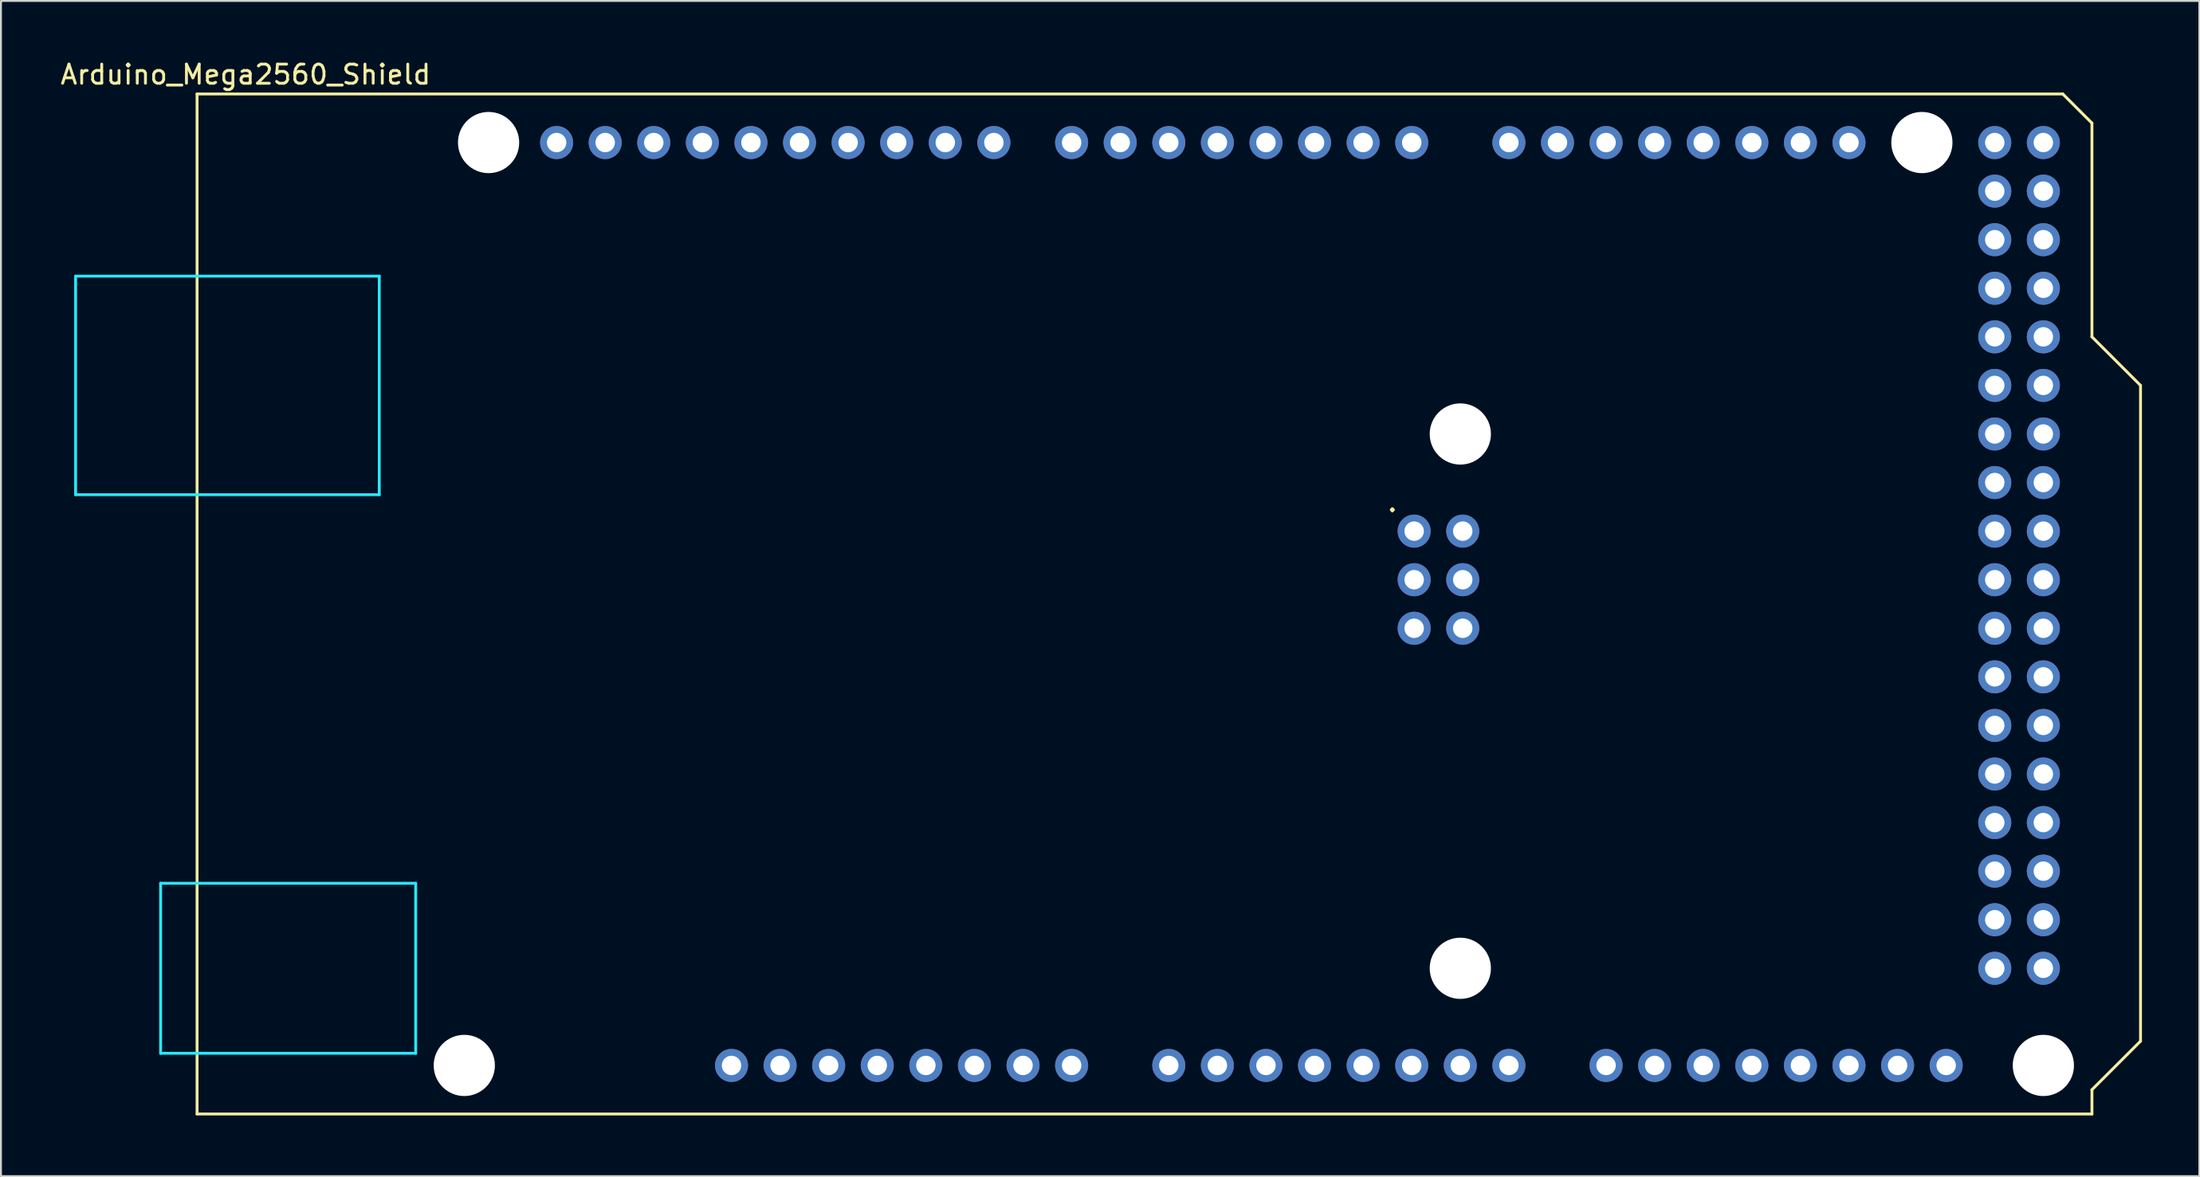
<source format=kicad_pcb>
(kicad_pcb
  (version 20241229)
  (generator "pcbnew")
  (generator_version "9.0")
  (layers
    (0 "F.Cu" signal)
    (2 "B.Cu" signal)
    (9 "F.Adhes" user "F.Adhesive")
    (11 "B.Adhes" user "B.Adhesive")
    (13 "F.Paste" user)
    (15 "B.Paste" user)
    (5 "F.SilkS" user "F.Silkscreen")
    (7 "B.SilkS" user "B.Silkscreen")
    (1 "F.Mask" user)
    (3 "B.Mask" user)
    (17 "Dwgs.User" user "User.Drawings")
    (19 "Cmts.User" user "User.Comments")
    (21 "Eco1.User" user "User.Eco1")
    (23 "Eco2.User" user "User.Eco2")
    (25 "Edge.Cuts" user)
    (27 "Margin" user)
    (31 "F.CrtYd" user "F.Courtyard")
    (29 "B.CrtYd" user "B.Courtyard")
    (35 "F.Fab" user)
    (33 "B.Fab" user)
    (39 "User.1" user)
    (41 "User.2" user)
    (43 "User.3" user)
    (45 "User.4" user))
  (footprint "Arduino_Mega2560_Shield"
    (layer "F.Cu")
    (at 7.252 55.204)
    (property "Reference" "Arduino_Mega2560_Shield" (at 2.54 -54.356 0) (layer "F.SilkS") (effects (font (size 1 1) (thickness 0.15))))
    (attr through_hole)
    (fp_line (start 0 -53.34) (end 0 0) (stroke (width 0.15) (type solid)) (layer "F.SilkS"))
    (fp_line (start 0 -53.34) (end 97.536 -53.34) (stroke (width 0.15) (type solid)) (layer "F.SilkS"))
    (fp_line (start 0 0) (end 99.06 0) (stroke (width 0.15) (type solid)) (layer "F.SilkS"))
    (fp_line (start 97.536 -53.34) (end 99.06 -51.816) (stroke (width 0.15) (type solid)) (layer "F.SilkS"))
    (fp_line (start 99.06 -40.64) (end 99.06 -51.816) (stroke (width 0.15) (type solid)) (layer "F.SilkS"))
    (fp_line (start 99.06 -1.27) (end 101.6 -3.81) (stroke (width 0.15) (type solid)) (layer "F.SilkS"))
    (fp_line (start 99.06 0) (end 99.06 -1.27) (stroke (width 0.15) (type solid)) (layer "F.SilkS"))
    (fp_line (start 101.6 -38.1) (end 99.06 -40.64) (stroke (width 0.15) (type solid)) (layer "F.SilkS"))
    (fp_line (start 101.6 -3.81) (end 101.6 -38.1) (stroke (width 0.15) (type solid)) (layer "F.SilkS"))
    (fp_line (start -6.35 -43.815) (end -6.35 -32.385) (stroke (width 0.15) (type solid)) (layer "B.CrtYd"))
    (fp_line (start -1.905 -12.065) (end -1.905 -3.175) (stroke (width 0.15) (type solid)) (layer "B.CrtYd"))
    (fp_line (start -1.905 -12.065) (end 11.43 -12.065) (stroke (width 0.15) (type solid)) (layer "B.CrtYd"))
    (fp_line (start -1.905 -3.175) (end 11.43 -3.175) (stroke (width 0.15) (type solid)) (layer "B.CrtYd"))
    (fp_line (start 9.525 -43.815) (end -6.35 -43.815) (stroke (width 0.15) (type solid)) (layer "B.CrtYd"))
    (fp_line (start 9.525 -43.815) (end 9.525 -32.385) (stroke (width 0.15) (type solid)) (layer "B.CrtYd"))
    (fp_line (start 9.525 -32.385) (end -6.35 -32.385) (stroke (width 0.15) (type solid)) (layer "B.CrtYd"))
    (fp_line (start 11.43 -12.065) (end 11.43 -3.175) (stroke (width 0.15) (type solid)) (layer "B.CrtYd"))
    (fp_text user "." (at 62.484 -32.004 0) (layer "F.SilkS") (effects (font (size 1 1) (thickness 0.15))))
    (pad "" np_thru_hole circle (at 13.97 -2.54) (size 3.2 3.2) (drill 3.2) (layers "*.Cu" "*.Mask"))
    (pad "" np_thru_hole circle (at 15.24 -50.8) (size 3.2 3.2) (drill 3.2) (layers "*.Cu" "*.Mask"))
    (pad "" thru_hole oval (at 27.94 -2.54) (size 1.727 1.727) (drill 1.016) (layers "*.Cu" "*.Mask"))
    (pad "" np_thru_hole circle (at 66.04 -35.56) (size 3.2 3.2) (drill 3.2) (layers "*.Cu" "*.Mask"))
    (pad "" np_thru_hole circle (at 66.04 -7.62) (size 3.2 3.2) (drill 3.2) (layers "*.Cu" "*.Mask"))
    (pad "" np_thru_hole circle (at 90.17 -50.8) (size 3.2 3.2) (drill 3.2) (layers "*.Cu" "*.Mask"))
    (pad "" np_thru_hole circle (at 96.52 -2.54) (size 3.2 3.2) (drill 3.2) (layers "*.Cu" "*.Mask"))
    (pad "3V3" thru_hole oval (at 35.56 -2.54) (size 1.727 1.727) (drill 1.016) (layers "*.Cu" "*.Mask"))
    (pad "5V1" thru_hole oval (at 38.1 -2.54) (size 1.727 1.727) (drill 1.016) (layers "*.Cu" "*.Mask"))
    (pad "5V2" thru_hole oval (at 66.167 -30.48) (size 1.727 1.727) (drill 1.016) (layers "*.Cu" "*.Mask"))
    (pad "5V3" thru_hole oval (at 93.98 -50.8) (size 1.727 1.727) (drill 1.016) (layers "*.Cu" "*.Mask"))
    (pad "5V4" thru_hole oval (at 96.52 -50.8) (size 1.727 1.727) (drill 1.016) (layers "*.Cu" "*.Mask"))
    (pad "A0" thru_hole oval (at 50.8 -2.54) (size 1.727 1.727) (drill 1.016) (layers "*.Cu" "*.Mask"))
    (pad "A1" thru_hole oval (at 53.34 -2.54) (size 1.727 1.727) (drill 1.016) (layers "*.Cu" "*.Mask"))
    (pad "A2" thru_hole oval (at 55.88 -2.54) (size 1.727 1.727) (drill 1.016) (layers "*.Cu" "*.Mask"))
    (pad "A3" thru_hole oval (at 58.42 -2.54) (size 1.727 1.727) (drill 1.016) (layers "*.Cu" "*.Mask"))
    (pad "A4" thru_hole oval (at 60.96 -2.54) (size 1.727 1.727) (drill 1.016) (layers "*.Cu" "*.Mask"))
    (pad "A5" thru_hole oval (at 63.5 -2.54) (size 1.727 1.727) (drill 1.016) (layers "*.Cu" "*.Mask"))
    (pad "A6" thru_hole oval (at 66.04 -2.54) (size 1.727 1.727) (drill 1.016) (layers "*.Cu" "*.Mask"))
    (pad "A7" thru_hole oval (at 68.58 -2.54) (size 1.727 1.727) (drill 1.016) (layers "*.Cu" "*.Mask"))
    (pad "A8" thru_hole oval (at 73.66 -2.54) (size 1.727 1.727) (drill 1.016) (layers "*.Cu" "*.Mask"))
    (pad "A9" thru_hole oval (at 76.2 -2.54) (size 1.727 1.727) (drill 1.016) (layers "*.Cu" "*.Mask"))
    (pad "A10" thru_hole oval (at 78.74 -2.54) (size 1.727 1.727) (drill 1.016) (layers "*.Cu" "*.Mask"))
    (pad "A11" thru_hole oval (at 81.28 -2.54) (size 1.727 1.727) (drill 1.016) (layers "*.Cu" "*.Mask"))
    (pad "A12" thru_hole oval (at 83.82 -2.54) (size 1.727 1.727) (drill 1.016) (layers "*.Cu" "*.Mask"))
    (pad "A13" thru_hole oval (at 86.36 -2.54) (size 1.727 1.727) (drill 1.016) (layers "*.Cu" "*.Mask"))
    (pad "A14" thru_hole oval (at 88.9 -2.54) (size 1.727 1.727) (drill 1.016) (layers "*.Cu" "*.Mask"))
    (pad "A15" thru_hole oval (at 91.44 -2.54) (size 1.727 1.727) (drill 1.016) (layers "*.Cu" "*.Mask"))
    (pad "AREF" thru_hole oval (at 23.876 -50.8) (size 1.727 1.727) (drill 1.016) (layers "*.Cu" "*.Mask"))
    (pad "D0" thru_hole oval (at 63.5 -50.8) (size 1.727 1.727) (drill 1.016) (layers "*.Cu" "*.Mask"))
    (pad "D1" thru_hole oval (at 60.96 -50.8) (size 1.727 1.727) (drill 1.016) (layers "*.Cu" "*.Mask"))
    (pad "D2" thru_hole oval (at 58.42 -50.8) (size 1.727 1.727) (drill 1.016) (layers "*.Cu" "*.Mask"))
    (pad "D3" thru_hole oval (at 55.88 -50.8) (size 1.727 1.727) (drill 1.016) (layers "*.Cu" "*.Mask"))
    (pad "D4" thru_hole oval (at 53.34 -50.8) (size 1.727 1.727) (drill 1.016) (layers "*.Cu" "*.Mask"))
    (pad "D5" thru_hole oval (at 50.8 -50.8) (size 1.727 1.727) (drill 1.016) (layers "*.Cu" "*.Mask"))
    (pad "D6" thru_hole oval (at 48.26 -50.8) (size 1.727 1.727) (drill 1.016) (layers "*.Cu" "*.Mask"))
    (pad "D7" thru_hole oval (at 45.72 -50.8) (size 1.727 1.727) (drill 1.016) (layers "*.Cu" "*.Mask"))
    (pad "D8" thru_hole oval (at 41.656 -50.8) (size 1.727 1.727) (drill 1.016) (layers "*.Cu" "*.Mask"))
    (pad "D9" thru_hole oval (at 39.116 -50.8) (size 1.727 1.727) (drill 1.016) (layers "*.Cu" "*.Mask"))
    (pad "D10" thru_hole oval (at 36.576 -50.8) (size 1.727 1.727) (drill 1.016) (layers "*.Cu" "*.Mask"))
    (pad "D11" thru_hole oval (at 34.036 -50.8) (size 1.727 1.727) (drill 1.016) (layers "*.Cu" "*.Mask"))
    (pad "D12" thru_hole oval (at 31.496 -50.8) (size 1.727 1.727) (drill 1.016) (layers "*.Cu" "*.Mask"))
    (pad "D13" thru_hole oval (at 28.956 -50.8) (size 1.727 1.727) (drill 1.016) (layers "*.Cu" "*.Mask"))
    (pad "D14" thru_hole oval (at 68.58 -50.8) (size 1.727 1.727) (drill 1.016) (layers "*.Cu" "*.Mask"))
    (pad "D15" thru_hole oval (at 71.12 -50.8) (size 1.727 1.727) (drill 1.016) (layers "*.Cu" "*.Mask"))
    (pad "D16" thru_hole oval (at 73.66 -50.8) (size 1.727 1.727) (drill 1.016) (layers "*.Cu" "*.Mask"))
    (pad "D17" thru_hole oval (at 76.2 -50.8) (size 1.727 1.727) (drill 1.016) (layers "*.Cu" "*.Mask"))
    (pad "D18" thru_hole oval (at 78.74 -50.8) (size 1.727 1.727) (drill 1.016) (layers "*.Cu" "*.Mask"))
    (pad "D19" thru_hole oval (at 81.28 -50.8) (size 1.727 1.727) (drill 1.016) (layers "*.Cu" "*.Mask"))
    (pad "D20" thru_hole oval (at 83.82 -50.8) (size 1.727 1.727) (drill 1.016) (layers "*.Cu" "*.Mask"))
    (pad "D21" thru_hole oval (at 86.36 -50.8) (size 1.727 1.727) (drill 1.016) (layers "*.Cu" "*.Mask"))
    (pad "D22" thru_hole oval (at 93.98 -48.26) (size 1.727 1.727) (drill 1.016) (layers "*.Cu" "*.Mask"))
    (pad "D23" thru_hole oval (at 96.52 -48.26) (size 1.727 1.727) (drill 1.016) (layers "*.Cu" "*.Mask"))
    (pad "D24" thru_hole oval (at 93.98 -45.72) (size 1.727 1.727) (drill 1.016) (layers "*.Cu" "*.Mask"))
    (pad "D25" thru_hole oval (at 96.52 -45.72) (size 1.727 1.727) (drill 1.016) (layers "*.Cu" "*.Mask"))
    (pad "D26" thru_hole oval (at 93.98 -43.18) (size 1.727 1.727) (drill 1.016) (layers "*.Cu" "*.Mask"))
    (pad "D27" thru_hole oval (at 96.52 -43.18) (size 1.727 1.727) (drill 1.016) (layers "*.Cu" "*.Mask"))
    (pad "D28" thru_hole oval (at 93.98 -40.64) (size 1.727 1.727) (drill 1.016) (layers "*.Cu" "*.Mask"))
    (pad "D29" thru_hole oval (at 96.52 -40.64) (size 1.727 1.727) (drill 1.016) (layers "*.Cu" "*.Mask"))
    (pad "D30" thru_hole oval (at 93.98 -38.1) (size 1.727 1.727) (drill 1.016) (layers "*.Cu" "*.Mask"))
    (pad "D31" thru_hole oval (at 96.52 -38.1) (size 1.727 1.727) (drill 1.016) (layers "*.Cu" "*.Mask"))
    (pad "D32" thru_hole oval (at 93.98 -35.56) (size 1.727 1.727) (drill 1.016) (layers "*.Cu" "*.Mask"))
    (pad "D33" thru_hole oval (at 96.52 -35.56) (size 1.727 1.727) (drill 1.016) (layers "*.Cu" "*.Mask"))
    (pad "D34" thru_hole oval (at 93.98 -33.02) (size 1.727 1.727) (drill 1.016) (layers "*.Cu" "*.Mask"))
    (pad "D35" thru_hole oval (at 96.52 -33.02) (size 1.727 1.727) (drill 1.016) (layers "*.Cu" "*.Mask"))
    (pad "D36" thru_hole oval (at 93.98 -30.48) (size 1.727 1.727) (drill 1.016) (layers "*.Cu" "*.Mask"))
    (pad "D37" thru_hole oval (at 96.52 -30.48) (size 1.727 1.727) (drill 1.016) (layers "*.Cu" "*.Mask"))
    (pad "D38" thru_hole oval (at 93.98 -27.94) (size 1.727 1.727) (drill 1.016) (layers "*.Cu" "*.Mask"))
    (pad "D39" thru_hole oval (at 96.52 -27.94) (size 1.727 1.727) (drill 1.016) (layers "*.Cu" "*.Mask"))
    (pad "D40" thru_hole oval (at 93.98 -25.4) (size 1.727 1.727) (drill 1.016) (layers "*.Cu" "*.Mask"))
    (pad "D41" thru_hole oval (at 96.52 -25.4) (size 1.727 1.727) (drill 1.016) (layers "*.Cu" "*.Mask"))
    (pad "D42" thru_hole oval (at 93.98 -22.86) (size 1.727 1.727) (drill 1.016) (layers "*.Cu" "*.Mask"))
    (pad "D43" thru_hole oval (at 96.52 -22.86) (size 1.727 1.727) (drill 1.016) (layers "*.Cu" "*.Mask"))
    (pad "D44" thru_hole oval (at 93.98 -20.32) (size 1.727 1.727) (drill 1.016) (layers "*.Cu" "*.Mask"))
    (pad "D45" thru_hole oval (at 96.52 -20.32) (size 1.727 1.727) (drill 1.016) (layers "*.Cu" "*.Mask"))
    (pad "D46" thru_hole oval (at 93.98 -17.78) (size 1.727 1.727) (drill 1.016) (layers "*.Cu" "*.Mask"))
    (pad "D47" thru_hole oval (at 96.52 -17.78) (size 1.727 1.727) (drill 1.016) (layers "*.Cu" "*.Mask"))
    (pad "D48" thru_hole oval (at 93.98 -15.24) (size 1.727 1.727) (drill 1.016) (layers "*.Cu" "*.Mask"))
    (pad "D49" thru_hole oval (at 96.52 -15.24) (size 1.727 1.727) (drill 1.016) (layers "*.Cu" "*.Mask"))
    (pad "D50" thru_hole oval (at 93.98 -12.7) (size 1.727 1.727) (drill 1.016) (layers "*.Cu" "*.Mask"))
    (pad "D51" thru_hole oval (at 96.52 -12.7) (size 1.727 1.727) (drill 1.016) (layers "*.Cu" "*.Mask"))
    (pad "D52" thru_hole oval (at 93.98 -10.16) (size 1.727 1.727) (drill 1.016) (layers "*.Cu" "*.Mask"))
    (pad "D53" thru_hole oval (at 96.52 -10.16) (size 1.727 1.727) (drill 1.016) (layers "*.Cu" "*.Mask"))
    (pad "GND1" thru_hole oval (at 26.416 -50.8) (size 1.727 1.727) (drill 1.016) (layers "*.Cu" "*.Mask"))
    (pad "GND2" thru_hole oval (at 40.64 -2.54) (size 1.727 1.727) (drill 1.016) (layers "*.Cu" "*.Mask"))
    (pad "GND3" thru_hole oval (at 43.18 -2.54) (size 1.727 1.727) (drill 1.016) (layers "*.Cu" "*.Mask"))
    (pad "GND4" thru_hole oval (at 66.167 -25.4) (size 1.727 1.727) (drill 1.016) (layers "*.Cu" "*.Mask"))
    (pad "GND5" thru_hole oval (at 93.98 -7.62) (size 1.727 1.727) (drill 1.016) (layers "*.Cu" "*.Mask"))
    (pad "GND6" thru_hole oval (at 96.52 -7.62) (size 1.727 1.727) (drill 1.016) (layers "*.Cu" "*.Mask"))
    (pad "IORF" thru_hole oval (at 30.48 -2.54) (size 1.727 1.727) (drill 1.016) (layers "*.Cu" "*.Mask"))
    (pad "MISO" thru_hole oval (at 63.627 -30.48) (size 1.727 1.727) (drill 1.016) (layers "*.Cu" "*.Mask"))
    (pad "MOSI" thru_hole oval (at 66.167 -27.94) (size 1.727 1.727) (drill 1.016) (layers "*.Cu" "*.Mask"))
    (pad "RST1" thru_hole oval (at 33.02 -2.54) (size 1.727 1.727) (drill 1.016) (layers "*.Cu" "*.Mask"))
    (pad "RST2" thru_hole oval (at 63.627 -25.4) (size 1.727 1.727) (drill 1.016) (layers "*.Cu" "*.Mask"))
    (pad "SCK" thru_hole oval (at 63.627 -27.94) (size 1.727 1.727) (drill 1.016) (layers "*.Cu" "*.Mask"))
    (pad "SCL" thru_hole oval (at 18.796 -50.8) (size 1.727 1.727) (drill 1.016) (layers "*.Cu" "*.Mask"))
    (pad "SDA" thru_hole oval (at 21.336 -50.8) (size 1.727 1.727) (drill 1.016) (layers "*.Cu" "*.Mask"))
    (pad "VIN" thru_hole oval (at 45.72 -2.54) (size 1.727 1.727) (drill 1.016) (layers "*.Cu" "*.Mask")))
  (gr_rect
    (start -3 -3)
    (end 111.927 58.454)
    (stroke (width 0.1) (type default))
    (fill no)
    (layer "Edge.Cuts")))
</source>
